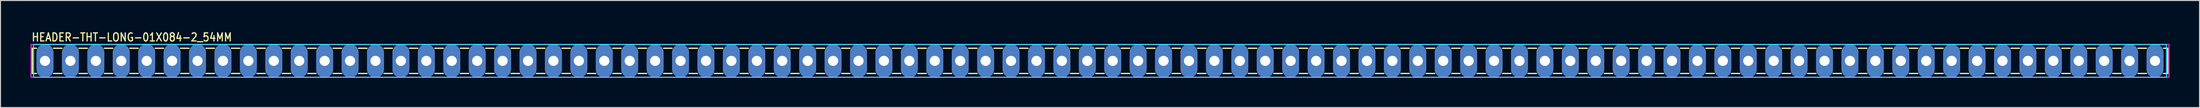
<source format=kicad_pcb>
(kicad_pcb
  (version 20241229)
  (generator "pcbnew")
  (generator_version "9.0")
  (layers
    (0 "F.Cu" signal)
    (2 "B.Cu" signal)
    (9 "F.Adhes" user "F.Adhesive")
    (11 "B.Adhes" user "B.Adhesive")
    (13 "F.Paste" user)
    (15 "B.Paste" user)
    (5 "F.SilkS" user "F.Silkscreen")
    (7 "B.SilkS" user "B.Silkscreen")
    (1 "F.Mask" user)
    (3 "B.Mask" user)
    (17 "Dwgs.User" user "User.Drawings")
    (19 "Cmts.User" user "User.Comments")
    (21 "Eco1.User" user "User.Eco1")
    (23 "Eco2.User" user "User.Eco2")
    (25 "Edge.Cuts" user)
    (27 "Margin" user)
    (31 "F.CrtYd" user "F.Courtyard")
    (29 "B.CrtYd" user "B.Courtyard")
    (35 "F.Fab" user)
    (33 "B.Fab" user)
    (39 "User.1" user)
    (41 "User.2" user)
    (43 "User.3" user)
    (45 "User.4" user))
  (footprint "HEADER-THT-LONG-01X084-2_54MM"
    (layer "F.Cu")
    (at 1.447 3.079)
    (property "Reference" "HEADER-THT-LONG-01X084-2_54MM" (at -1.4 -1.9 0) (unlocked yes) (layer "F.SilkS") (effects (font (size 0.813 0.695) (thickness 0.122)) (justify left bottom)))
    (fp_line (start -1.27 -1.27) (end -1.27 1.27) (stroke (width 0.127) (type solid)) (layer "F.SilkS"))
    (fp_line (start -1.27 1.27) (end -0.85 1.27) (stroke (width 0.127) (type solid)) (layer "F.SilkS"))
    (fp_line (start -0.85 -1.27) (end -1.27 -1.27) (stroke (width 0.127) (type solid)) (layer "F.SilkS"))
    (fp_line (start 0.85 -1.27) (end 1.69 -1.27) (stroke (width 0.127) (type solid)) (layer "F.SilkS"))
    (fp_line (start 0.85 1.27) (end 1.69 1.27) (stroke (width 0.127) (type solid)) (layer "F.SilkS"))
    (fp_line (start 3.39 -1.27) (end 4.23 -1.27) (stroke (width 0.127) (type solid)) (layer "F.SilkS"))
    (fp_line (start 3.39 1.27) (end 4.23 1.27) (stroke (width 0.127) (type solid)) (layer "F.SilkS"))
    (fp_line (start 5.93 -1.27) (end 6.77 -1.27) (stroke (width 0.127) (type solid)) (layer "F.SilkS"))
    (fp_line (start 5.93 1.27) (end 6.77 1.27) (stroke (width 0.127) (type solid)) (layer "F.SilkS"))
    (fp_line (start 8.47 -1.27) (end 9.31 -1.27) (stroke (width 0.127) (type solid)) (layer "F.SilkS"))
    (fp_line (start 8.47 1.27) (end 9.31 1.27) (stroke (width 0.127) (type solid)) (layer "F.SilkS"))
    (fp_line (start 11.01 -1.27) (end 11.85 -1.27) (stroke (width 0.127) (type solid)) (layer "F.SilkS"))
    (fp_line (start 11.01 1.27) (end 11.85 1.27) (stroke (width 0.127) (type solid)) (layer "F.SilkS"))
    (fp_line (start 13.55 -1.27) (end 14.39 -1.27) (stroke (width 0.127) (type solid)) (layer "F.SilkS"))
    (fp_line (start 13.55 1.27) (end 14.39 1.27) (stroke (width 0.127) (type solid)) (layer "F.SilkS"))
    (fp_line (start 16.09 -1.27) (end 16.93 -1.27) (stroke (width 0.127) (type solid)) (layer "F.SilkS"))
    (fp_line (start 16.09 1.27) (end 16.93 1.27) (stroke (width 0.127) (type solid)) (layer "F.SilkS"))
    (fp_line (start 18.63 -1.27) (end 19.47 -1.27) (stroke (width 0.127) (type solid)) (layer "F.SilkS"))
    (fp_line (start 18.63 1.27) (end 19.47 1.27) (stroke (width 0.127) (type solid)) (layer "F.SilkS"))
    (fp_line (start 21.17 -1.27) (end 22.01 -1.27) (stroke (width 0.127) (type solid)) (layer "F.SilkS"))
    (fp_line (start 21.17 1.27) (end 22.01 1.27) (stroke (width 0.127) (type solid)) (layer "F.SilkS"))
    (fp_line (start 23.71 -1.27) (end 24.55 -1.27) (stroke (width 0.127) (type solid)) (layer "F.SilkS"))
    (fp_line (start 23.71 1.27) (end 24.55 1.27) (stroke (width 0.127) (type solid)) (layer "F.SilkS"))
    (fp_line (start 26.25 -1.27) (end 27.09 -1.27) (stroke (width 0.127) (type solid)) (layer "F.SilkS"))
    (fp_line (start 26.25 1.27) (end 27.09 1.27) (stroke (width 0.127) (type solid)) (layer "F.SilkS"))
    (fp_line (start 28.79 -1.27) (end 29.63 -1.27) (stroke (width 0.127) (type solid)) (layer "F.SilkS"))
    (fp_line (start 28.79 1.27) (end 29.63 1.27) (stroke (width 0.127) (type solid)) (layer "F.SilkS"))
    (fp_line (start 31.33 -1.27) (end 32.17 -1.27) (stroke (width 0.127) (type solid)) (layer "F.SilkS"))
    (fp_line (start 31.33 1.27) (end 32.17 1.27) (stroke (width 0.127) (type solid)) (layer "F.SilkS"))
    (fp_line (start 33.87 -1.27) (end 34.71 -1.27) (stroke (width 0.127) (type solid)) (layer "F.SilkS"))
    (fp_line (start 33.87 1.27) (end 34.71 1.27) (stroke (width 0.127) (type solid)) (layer "F.SilkS"))
    (fp_line (start 36.41 -1.27) (end 37.25 -1.27) (stroke (width 0.127) (type solid)) (layer "F.SilkS"))
    (fp_line (start 36.41 1.27) (end 37.25 1.27) (stroke (width 0.127) (type solid)) (layer "F.SilkS"))
    (fp_line (start 38.95 -1.27) (end 39.79 -1.27) (stroke (width 0.127) (type solid)) (layer "F.SilkS"))
    (fp_line (start 38.95 1.27) (end 39.79 1.27) (stroke (width 0.127) (type solid)) (layer "F.SilkS"))
    (fp_line (start 41.49 -1.27) (end 42.33 -1.27) (stroke (width 0.127) (type solid)) (layer "F.SilkS"))
    (fp_line (start 41.49 1.27) (end 42.33 1.27) (stroke (width 0.127) (type solid)) (layer "F.SilkS"))
    (fp_line (start 44.03 -1.27) (end 44.87 -1.27) (stroke (width 0.127) (type solid)) (layer "F.SilkS"))
    (fp_line (start 44.03 1.27) (end 44.87 1.27) (stroke (width 0.127) (type solid)) (layer "F.SilkS"))
    (fp_line (start 46.57 -1.27) (end 47.41 -1.27) (stroke (width 0.127) (type solid)) (layer "F.SilkS"))
    (fp_line (start 46.57 1.27) (end 47.41 1.27) (stroke (width 0.127) (type solid)) (layer "F.SilkS"))
    (fp_line (start 49.11 -1.27) (end 49.95 -1.27) (stroke (width 0.127) (type solid)) (layer "F.SilkS"))
    (fp_line (start 49.11 1.27) (end 49.95 1.27) (stroke (width 0.127) (type solid)) (layer "F.SilkS"))
    (fp_line (start 51.65 -1.27) (end 52.49 -1.27) (stroke (width 0.127) (type solid)) (layer "F.SilkS"))
    (fp_line (start 51.65 1.27) (end 52.49 1.27) (stroke (width 0.127) (type solid)) (layer "F.SilkS"))
    (fp_line (start 54.19 -1.27) (end 55.03 -1.27) (stroke (width 0.127) (type solid)) (layer "F.SilkS"))
    (fp_line (start 54.19 1.27) (end 55.03 1.27) (stroke (width 0.127) (type solid)) (layer "F.SilkS"))
    (fp_line (start 56.73 -1.27) (end 57.57 -1.27) (stroke (width 0.127) (type solid)) (layer "F.SilkS"))
    (fp_line (start 56.73 1.27) (end 57.57 1.27) (stroke (width 0.127) (type solid)) (layer "F.SilkS"))
    (fp_line (start 59.27 -1.27) (end 60.11 -1.27) (stroke (width 0.127) (type solid)) (layer "F.SilkS"))
    (fp_line (start 59.27 1.27) (end 60.11 1.27) (stroke (width 0.127) (type solid)) (layer "F.SilkS"))
    (fp_line (start 61.81 -1.27) (end 62.65 -1.27) (stroke (width 0.127) (type solid)) (layer "F.SilkS"))
    (fp_line (start 61.81 1.27) (end 62.65 1.27) (stroke (width 0.127) (type solid)) (layer "F.SilkS"))
    (fp_line (start 64.35 -1.27) (end 65.19 -1.27) (stroke (width 0.127) (type solid)) (layer "F.SilkS"))
    (fp_line (start 64.35 1.27) (end 65.19 1.27) (stroke (width 0.127) (type solid)) (layer "F.SilkS"))
    (fp_line (start 66.89 -1.27) (end 67.73 -1.27) (stroke (width 0.127) (type solid)) (layer "F.SilkS"))
    (fp_line (start 66.89 1.27) (end 67.73 1.27) (stroke (width 0.127) (type solid)) (layer "F.SilkS"))
    (fp_line (start 69.43 -1.27) (end 70.27 -1.27) (stroke (width 0.127) (type solid)) (layer "F.SilkS"))
    (fp_line (start 69.43 1.27) (end 70.27 1.27) (stroke (width 0.127) (type solid)) (layer "F.SilkS"))
    (fp_line (start 71.97 -1.27) (end 72.81 -1.27) (stroke (width 0.127) (type solid)) (layer "F.SilkS"))
    (fp_line (start 71.97 1.27) (end 72.81 1.27) (stroke (width 0.127) (type solid)) (layer "F.SilkS"))
    (fp_line (start 74.51 -1.27) (end 75.35 -1.27) (stroke (width 0.127) (type solid)) (layer "F.SilkS"))
    (fp_line (start 74.51 1.27) (end 75.35 1.27) (stroke (width 0.127) (type solid)) (layer "F.SilkS"))
    (fp_line (start 77.05 -1.27) (end 77.89 -1.27) (stroke (width 0.127) (type solid)) (layer "F.SilkS"))
    (fp_line (start 77.05 1.27) (end 77.89 1.27) (stroke (width 0.127) (type solid)) (layer "F.SilkS"))
    (fp_line (start 79.59 -1.27) (end 80.43 -1.27) (stroke (width 0.127) (type solid)) (layer "F.SilkS"))
    (fp_line (start 79.59 1.27) (end 80.43 1.27) (stroke (width 0.127) (type solid)) (layer "F.SilkS"))
    (fp_line (start 82.13 -1.27) (end 82.97 -1.27) (stroke (width 0.127) (type solid)) (layer "F.SilkS"))
    (fp_line (start 82.13 1.27) (end 82.97 1.27) (stroke (width 0.127) (type solid)) (layer "F.SilkS"))
    (fp_line (start 84.67 -1.27) (end 85.51 -1.27) (stroke (width 0.127) (type solid)) (layer "F.SilkS"))
    (fp_line (start 84.67 1.27) (end 85.51 1.27) (stroke (width 0.127) (type solid)) (layer "F.SilkS"))
    (fp_line (start 87.21 -1.27) (end 88.05 -1.27) (stroke (width 0.127) (type solid)) (layer "F.SilkS"))
    (fp_line (start 87.21 1.27) (end 88.05 1.27) (stroke (width 0.127) (type solid)) (layer "F.SilkS"))
    (fp_line (start 89.75 -1.27) (end 90.59 -1.27) (stroke (width 0.127) (type solid)) (layer "F.SilkS"))
    (fp_line (start 89.75 1.27) (end 90.59 1.27) (stroke (width 0.127) (type solid)) (layer "F.SilkS"))
    (fp_line (start 92.29 -1.27) (end 93.13 -1.27) (stroke (width 0.127) (type solid)) (layer "F.SilkS"))
    (fp_line (start 92.29 1.27) (end 93.13 1.27) (stroke (width 0.127) (type solid)) (layer "F.SilkS"))
    (fp_line (start 94.83 -1.27) (end 95.67 -1.27) (stroke (width 0.127) (type solid)) (layer "F.SilkS"))
    (fp_line (start 94.83 1.27) (end 95.67 1.27) (stroke (width 0.127) (type solid)) (layer "F.SilkS"))
    (fp_line (start 97.37 -1.27) (end 98.21 -1.27) (stroke (width 0.127) (type solid)) (layer "F.SilkS"))
    (fp_line (start 97.37 1.27) (end 98.21 1.27) (stroke (width 0.127) (type solid)) (layer "F.SilkS"))
    (fp_line (start 99.91 -1.27) (end 100.75 -1.27) (stroke (width 0.127) (type solid)) (layer "F.SilkS"))
    (fp_line (start 99.91 1.27) (end 100.75 1.27) (stroke (width 0.127) (type solid)) (layer "F.SilkS"))
    (fp_line (start 102.45 -1.27) (end 103.29 -1.27) (stroke (width 0.127) (type solid)) (layer "F.SilkS"))
    (fp_line (start 102.45 1.27) (end 103.29 1.27) (stroke (width 0.127) (type solid)) (layer "F.SilkS"))
    (fp_line (start 104.99 -1.27) (end 105.83 -1.27) (stroke (width 0.127) (type solid)) (layer "F.SilkS"))
    (fp_line (start 104.99 1.27) (end 105.83 1.27) (stroke (width 0.127) (type solid)) (layer "F.SilkS"))
    (fp_line (start 107.53 -1.27) (end 108.37 -1.27) (stroke (width 0.127) (type solid)) (layer "F.SilkS"))
    (fp_line (start 107.53 1.27) (end 108.37 1.27) (stroke (width 0.127) (type solid)) (layer "F.SilkS"))
    (fp_line (start 110.07 -1.27) (end 110.91 -1.27) (stroke (width 0.127) (type solid)) (layer "F.SilkS"))
    (fp_line (start 110.07 1.27) (end 110.91 1.27) (stroke (width 0.127) (type solid)) (layer "F.SilkS"))
    (fp_line (start 112.61 -1.27) (end 113.45 -1.27) (stroke (width 0.127) (type solid)) (layer "F.SilkS"))
    (fp_line (start 112.61 1.27) (end 113.45 1.27) (stroke (width 0.127) (type solid)) (layer "F.SilkS"))
    (fp_line (start 115.15 -1.27) (end 115.99 -1.27) (stroke (width 0.127) (type solid)) (layer "F.SilkS"))
    (fp_line (start 115.15 1.27) (end 115.99 1.27) (stroke (width 0.127) (type solid)) (layer "F.SilkS"))
    (fp_line (start 117.69 -1.27) (end 118.53 -1.27) (stroke (width 0.127) (type solid)) (layer "F.SilkS"))
    (fp_line (start 117.69 1.27) (end 118.53 1.27) (stroke (width 0.127) (type solid)) (layer "F.SilkS"))
    (fp_line (start 120.23 -1.27) (end 121.07 -1.27) (stroke (width 0.127) (type solid)) (layer "F.SilkS"))
    (fp_line (start 120.23 1.27) (end 121.07 1.27) (stroke (width 0.127) (type solid)) (layer "F.SilkS"))
    (fp_line (start 122.77 -1.27) (end 123.61 -1.27) (stroke (width 0.127) (type solid)) (layer "F.SilkS"))
    (fp_line (start 122.77 1.27) (end 123.61 1.27) (stroke (width 0.127) (type solid)) (layer "F.SilkS"))
    (fp_line (start 125.31 -1.27) (end 126.15 -1.27) (stroke (width 0.127) (type solid)) (layer "F.SilkS"))
    (fp_line (start 125.31 1.27) (end 126.15 1.27) (stroke (width 0.127) (type solid)) (layer "F.SilkS"))
    (fp_line (start 127.85 -1.27) (end 128.69 -1.27) (stroke (width 0.127) (type solid)) (layer "F.SilkS"))
    (fp_line (start 127.85 1.27) (end 128.69 1.27) (stroke (width 0.127) (type solid)) (layer "F.SilkS"))
    (fp_line (start 130.39 -1.27) (end 131.23 -1.27) (stroke (width 0.127) (type solid)) (layer "F.SilkS"))
    (fp_line (start 130.39 1.27) (end 131.23 1.27) (stroke (width 0.127) (type solid)) (layer "F.SilkS"))
    (fp_line (start 132.93 -1.27) (end 133.77 -1.27) (stroke (width 0.127) (type solid)) (layer "F.SilkS"))
    (fp_line (start 132.93 1.27) (end 133.77 1.27) (stroke (width 0.127) (type solid)) (layer "F.SilkS"))
    (fp_line (start 135.47 -1.27) (end 136.31 -1.27) (stroke (width 0.127) (type solid)) (layer "F.SilkS"))
    (fp_line (start 135.47 1.27) (end 136.31 1.27) (stroke (width 0.127) (type solid)) (layer "F.SilkS"))
    (fp_line (start 138.01 -1.27) (end 138.85 -1.27) (stroke (width 0.127) (type solid)) (layer "F.SilkS"))
    (fp_line (start 138.01 1.27) (end 138.85 1.27) (stroke (width 0.127) (type solid)) (layer "F.SilkS"))
    (fp_line (start 140.55 -1.27) (end 141.39 -1.27) (stroke (width 0.127) (type solid)) (layer "F.SilkS"))
    (fp_line (start 140.55 1.27) (end 141.39 1.27) (stroke (width 0.127) (type solid)) (layer "F.SilkS"))
    (fp_line (start 143.09 -1.27) (end 143.93 -1.27) (stroke (width 0.127) (type solid)) (layer "F.SilkS"))
    (fp_line (start 143.09 1.27) (end 143.93 1.27) (stroke (width 0.127) (type solid)) (layer "F.SilkS"))
    (fp_line (start 145.63 -1.27) (end 146.47 -1.27) (stroke (width 0.127) (type solid)) (layer "F.SilkS"))
    (fp_line (start 145.63 1.27) (end 146.47 1.27) (stroke (width 0.127) (type solid)) (layer "F.SilkS"))
    (fp_line (start 148.17 -1.27) (end 149.01 -1.27) (stroke (width 0.127) (type solid)) (layer "F.SilkS"))
    (fp_line (start 148.17 1.27) (end 149.01 1.27) (stroke (width 0.127) (type solid)) (layer "F.SilkS"))
    (fp_line (start 150.71 -1.27) (end 151.55 -1.27) (stroke (width 0.127) (type solid)) (layer "F.SilkS"))
    (fp_line (start 150.71 1.27) (end 151.55 1.27) (stroke (width 0.127) (type solid)) (layer "F.SilkS"))
    (fp_line (start 153.25 -1.27) (end 154.09 -1.27) (stroke (width 0.127) (type solid)) (layer "F.SilkS"))
    (fp_line (start 153.25 1.27) (end 154.09 1.27) (stroke (width 0.127) (type solid)) (layer "F.SilkS"))
    (fp_line (start 155.79 -1.27) (end 156.63 -1.27) (stroke (width 0.127) (type solid)) (layer "F.SilkS"))
    (fp_line (start 155.79 1.27) (end 156.63 1.27) (stroke (width 0.127) (type solid)) (layer "F.SilkS"))
    (fp_line (start 158.33 -1.27) (end 159.17 -1.27) (stroke (width 0.127) (type solid)) (layer "F.SilkS"))
    (fp_line (start 158.33 1.27) (end 159.17 1.27) (stroke (width 0.127) (type solid)) (layer "F.SilkS"))
    (fp_line (start 160.87 -1.27) (end 161.71 -1.27) (stroke (width 0.127) (type solid)) (layer "F.SilkS"))
    (fp_line (start 160.87 1.27) (end 161.71 1.27) (stroke (width 0.127) (type solid)) (layer "F.SilkS"))
    (fp_line (start 163.41 -1.27) (end 164.25 -1.27) (stroke (width 0.127) (type solid)) (layer "F.SilkS"))
    (fp_line (start 163.41 1.27) (end 164.25 1.27) (stroke (width 0.127) (type solid)) (layer "F.SilkS"))
    (fp_line (start 165.95 -1.27) (end 166.79 -1.27) (stroke (width 0.127) (type solid)) (layer "F.SilkS"))
    (fp_line (start 165.95 1.27) (end 166.79 1.27) (stroke (width 0.127) (type solid)) (layer "F.SilkS"))
    (fp_line (start 168.49 -1.27) (end 169.33 -1.27) (stroke (width 0.127) (type solid)) (layer "F.SilkS"))
    (fp_line (start 168.49 1.27) (end 169.33 1.27) (stroke (width 0.127) (type solid)) (layer "F.SilkS"))
    (fp_line (start 171.03 -1.27) (end 171.87 -1.27) (stroke (width 0.127) (type solid)) (layer "F.SilkS"))
    (fp_line (start 171.03 1.27) (end 171.87 1.27) (stroke (width 0.127) (type solid)) (layer "F.SilkS"))
    (fp_line (start 173.57 -1.27) (end 174.41 -1.27) (stroke (width 0.127) (type solid)) (layer "F.SilkS"))
    (fp_line (start 173.57 1.27) (end 174.41 1.27) (stroke (width 0.127) (type solid)) (layer "F.SilkS"))
    (fp_line (start 176.11 -1.27) (end 176.95 -1.27) (stroke (width 0.127) (type solid)) (layer "F.SilkS"))
    (fp_line (start 176.11 1.27) (end 176.95 1.27) (stroke (width 0.127) (type solid)) (layer "F.SilkS"))
    (fp_line (start 178.65 -1.27) (end 179.49 -1.27) (stroke (width 0.127) (type solid)) (layer "F.SilkS"))
    (fp_line (start 178.65 1.27) (end 179.49 1.27) (stroke (width 0.127) (type solid)) (layer "F.SilkS"))
    (fp_line (start 181.19 -1.27) (end 182.03 -1.27) (stroke (width 0.127) (type solid)) (layer "F.SilkS"))
    (fp_line (start 181.19 1.27) (end 182.03 1.27) (stroke (width 0.127) (type solid)) (layer "F.SilkS"))
    (fp_line (start 183.73 -1.27) (end 184.57 -1.27) (stroke (width 0.127) (type solid)) (layer "F.SilkS"))
    (fp_line (start 183.73 1.27) (end 184.57 1.27) (stroke (width 0.127) (type solid)) (layer "F.SilkS"))
    (fp_line (start 186.27 -1.27) (end 187.11 -1.27) (stroke (width 0.127) (type solid)) (layer "F.SilkS"))
    (fp_line (start 186.27 1.27) (end 187.11 1.27) (stroke (width 0.127) (type solid)) (layer "F.SilkS"))
    (fp_line (start 188.81 -1.27) (end 189.65 -1.27) (stroke (width 0.127) (type solid)) (layer "F.SilkS"))
    (fp_line (start 188.81 1.27) (end 189.65 1.27) (stroke (width 0.127) (type solid)) (layer "F.SilkS"))
    (fp_line (start 191.35 -1.27) (end 192.19 -1.27) (stroke (width 0.127) (type solid)) (layer "F.SilkS"))
    (fp_line (start 191.35 1.27) (end 192.19 1.27) (stroke (width 0.127) (type solid)) (layer "F.SilkS"))
    (fp_line (start 193.89 -1.27) (end 194.73 -1.27) (stroke (width 0.127) (type solid)) (layer "F.SilkS"))
    (fp_line (start 193.89 1.27) (end 194.73 1.27) (stroke (width 0.127) (type solid)) (layer "F.SilkS"))
    (fp_line (start 196.43 -1.27) (end 197.27 -1.27) (stroke (width 0.127) (type solid)) (layer "F.SilkS"))
    (fp_line (start 196.43 1.27) (end 197.27 1.27) (stroke (width 0.127) (type solid)) (layer "F.SilkS"))
    (fp_line (start 198.97 -1.27) (end 199.81 -1.27) (stroke (width 0.127) (type solid)) (layer "F.SilkS"))
    (fp_line (start 198.97 1.27) (end 199.81 1.27) (stroke (width 0.127) (type solid)) (layer "F.SilkS"))
    (fp_line (start 201.51 -1.27) (end 202.35 -1.27) (stroke (width 0.127) (type solid)) (layer "F.SilkS"))
    (fp_line (start 201.51 1.27) (end 202.35 1.27) (stroke (width 0.127) (type solid)) (layer "F.SilkS"))
    (fp_line (start 204.05 -1.27) (end 204.89 -1.27) (stroke (width 0.127) (type solid)) (layer "F.SilkS"))
    (fp_line (start 204.05 1.27) (end 204.89 1.27) (stroke (width 0.127) (type solid)) (layer "F.SilkS"))
    (fp_line (start 206.59 -1.27) (end 207.43 -1.27) (stroke (width 0.127) (type solid)) (layer "F.SilkS"))
    (fp_line (start 206.59 1.27) (end 207.43 1.27) (stroke (width 0.127) (type solid)) (layer "F.SilkS"))
    (fp_line (start 209.13 -1.27) (end 209.97 -1.27) (stroke (width 0.127) (type solid)) (layer "F.SilkS"))
    (fp_line (start 209.13 1.27) (end 209.97 1.27) (stroke (width 0.127) (type solid)) (layer "F.SilkS"))
    (fp_line (start 211.67 -1.27) (end 212.09 -1.27) (stroke (width 0.127) (type solid)) (layer "F.SilkS"))
    (fp_line (start 212.09 -1.27) (end 212.09 1.27) (stroke (width 0.127) (type solid)) (layer "F.SilkS"))
    (fp_line (start 212.09 1.27) (end 211.67 1.27) (stroke (width 0.127) (type solid)) (layer "F.SilkS"))
    (fp_poly (pts (xy -1.143 -1.651) (xy 211.963 -1.651) (xy 211.963 1.651) (xy -1.143 1.651)) (stroke (width 0.1) (type solid)) (fill no) (layer "B.CrtYd"))
    (fp_poly (pts (xy -1.397 -1.651) (xy 212.217 -1.651) (xy 212.217 1.651) (xy -1.397 1.651)) (stroke (width 0.1) (type solid)) (fill no) (layer "F.CrtYd"))
    (pad "P$1" thru_hole oval (at 0 0 90) (size 3.387 1.693) (drill 1.016) (layers "*.Cu" "*.Mask"))
    (pad "P$2" thru_hole oval (at 2.54 0 90) (size 3.387 1.693) (drill 1.016) (layers "*.Cu" "*.Mask"))
    (pad "P$3" thru_hole oval (at 5.08 0 90) (size 3.387 1.693) (drill 1.016) (layers "*.Cu" "*.Mask"))
    (pad "P$4" thru_hole oval (at 7.62 0 90) (size 3.387 1.693) (drill 1.016) (layers "*.Cu" "*.Mask"))
    (pad "P$5" thru_hole oval (at 10.16 0 90) (size 3.387 1.693) (drill 1.016) (layers "*.Cu" "*.Mask"))
    (pad "P$6" thru_hole oval (at 12.7 0 90) (size 3.387 1.693) (drill 1.016) (layers "*.Cu" "*.Mask"))
    (pad "P$7" thru_hole oval (at 15.24 0 90) (size 3.387 1.693) (drill 1.016) (layers "*.Cu" "*.Mask"))
    (pad "P$8" thru_hole oval (at 17.78 0 90) (size 3.387 1.693) (drill 1.016) (layers "*.Cu" "*.Mask"))
    (pad "P$9" thru_hole oval (at 20.32 0 90) (size 3.387 1.693) (drill 1.016) (layers "*.Cu" "*.Mask"))
    (pad "P$10" thru_hole oval (at 22.86 0 90) (size 3.387 1.693) (drill 1.016) (layers "*.Cu" "*.Mask"))
    (pad "P$11" thru_hole oval (at 25.4 0 90) (size 3.387 1.693) (drill 1.016) (layers "*.Cu" "*.Mask"))
    (pad "P$12" thru_hole oval (at 27.94 0 90) (size 3.387 1.693) (drill 1.016) (layers "*.Cu" "*.Mask"))
    (pad "P$13" thru_hole oval (at 30.48 0 90) (size 3.387 1.693) (drill 1.016) (layers "*.Cu" "*.Mask"))
    (pad "P$14" thru_hole oval (at 33.02 0 90) (size 3.387 1.693) (drill 1.016) (layers "*.Cu" "*.Mask"))
    (pad "P$15" thru_hole oval (at 35.56 0 90) (size 3.387 1.693) (drill 1.016) (layers "*.Cu" "*.Mask"))
    (pad "P$16" thru_hole oval (at 38.1 0 90) (size 3.387 1.693) (drill 1.016) (layers "*.Cu" "*.Mask"))
    (pad "P$17" thru_hole oval (at 40.64 0 90) (size 3.387 1.693) (drill 1.016) (layers "*.Cu" "*.Mask"))
    (pad "P$18" thru_hole oval (at 43.18 0 90) (size 3.387 1.693) (drill 1.016) (layers "*.Cu" "*.Mask"))
    (pad "P$19" thru_hole oval (at 45.72 0 90) (size 3.387 1.693) (drill 1.016) (layers "*.Cu" "*.Mask"))
    (pad "P$20" thru_hole oval (at 48.26 0 90) (size 3.387 1.693) (drill 1.016) (layers "*.Cu" "*.Mask"))
    (pad "P$21" thru_hole oval (at 50.8 0 90) (size 3.387 1.693) (drill 1.016) (layers "*.Cu" "*.Mask"))
    (pad "P$22" thru_hole oval (at 53.34 0 90) (size 3.387 1.693) (drill 1.016) (layers "*.Cu" "*.Mask"))
    (pad "P$23" thru_hole oval (at 55.88 0 90) (size 3.387 1.693) (drill 1.016) (layers "*.Cu" "*.Mask"))
    (pad "P$24" thru_hole oval (at 58.42 0 90) (size 3.387 1.693) (drill 1.016) (layers "*.Cu" "*.Mask"))
    (pad "P$25" thru_hole oval (at 60.96 0 90) (size 3.387 1.693) (drill 1.016) (layers "*.Cu" "*.Mask"))
    (pad "P$26" thru_hole oval (at 63.5 0 90) (size 3.387 1.693) (drill 1.016) (layers "*.Cu" "*.Mask"))
    (pad "P$27" thru_hole oval (at 66.04 0 90) (size 3.387 1.693) (drill 1.016) (layers "*.Cu" "*.Mask"))
    (pad "P$28" thru_hole oval (at 68.58 0 90) (size 3.387 1.693) (drill 1.016) (layers "*.Cu" "*.Mask"))
    (pad "P$29" thru_hole oval (at 71.12 0 90) (size 3.387 1.693) (drill 1.016) (layers "*.Cu" "*.Mask"))
    (pad "P$30" thru_hole oval (at 73.66 0 90) (size 3.387 1.693) (drill 1.016) (layers "*.Cu" "*.Mask"))
    (pad "P$31" thru_hole oval (at 76.2 0 90) (size 3.387 1.693) (drill 1.016) (layers "*.Cu" "*.Mask"))
    (pad "P$32" thru_hole oval (at 78.74 0 90) (size 3.387 1.693) (drill 1.016) (layers "*.Cu" "*.Mask"))
    (pad "P$33" thru_hole oval (at 81.28 0 90) (size 3.387 1.693) (drill 1.016) (layers "*.Cu" "*.Mask"))
    (pad "P$34" thru_hole oval (at 83.82 0 90) (size 3.387 1.693) (drill 1.016) (layers "*.Cu" "*.Mask"))
    (pad "P$35" thru_hole oval (at 86.36 0 90) (size 3.387 1.693) (drill 1.016) (layers "*.Cu" "*.Mask"))
    (pad "P$36" thru_hole oval (at 88.9 0 90) (size 3.387 1.693) (drill 1.016) (layers "*.Cu" "*.Mask"))
    (pad "P$37" thru_hole oval (at 91.44 0 90) (size 3.387 1.693) (drill 1.016) (layers "*.Cu" "*.Mask"))
    (pad "P$38" thru_hole oval (at 93.98 0 90) (size 3.387 1.693) (drill 1.016) (layers "*.Cu" "*.Mask"))
    (pad "P$39" thru_hole oval (at 96.52 0 90) (size 3.387 1.693) (drill 1.016) (layers "*.Cu" "*.Mask"))
    (pad "P$40" thru_hole oval (at 99.06 0 90) (size 3.387 1.693) (drill 1.016) (layers "*.Cu" "*.Mask"))
    (pad "P$41" thru_hole oval (at 101.6 0 90) (size 3.387 1.693) (drill 1.016) (layers "*.Cu" "*.Mask"))
    (pad "P$42" thru_hole oval (at 104.14 0 90) (size 3.387 1.693) (drill 1.016) (layers "*.Cu" "*.Mask"))
    (pad "P$43" thru_hole oval (at 106.68 0 90) (size 3.387 1.693) (drill 1.016) (layers "*.Cu" "*.Mask"))
    (pad "P$44" thru_hole oval (at 109.22 0 90) (size 3.387 1.693) (drill 1.016) (layers "*.Cu" "*.Mask"))
    (pad "P$45" thru_hole oval (at 111.76 0 90) (size 3.387 1.693) (drill 1.016) (layers "*.Cu" "*.Mask"))
    (pad "P$46" thru_hole oval (at 114.3 0 90) (size 3.387 1.693) (drill 1.016) (layers "*.Cu" "*.Mask"))
    (pad "P$47" thru_hole oval (at 116.84 0 90) (size 3.387 1.693) (drill 1.016) (layers "*.Cu" "*.Mask"))
    (pad "P$48" thru_hole oval (at 119.38 0 90) (size 3.387 1.693) (drill 1.016) (layers "*.Cu" "*.Mask"))
    (pad "P$49" thru_hole oval (at 121.92 0 90) (size 3.387 1.693) (drill 1.016) (layers "*.Cu" "*.Mask"))
    (pad "P$50" thru_hole oval (at 124.46 0 90) (size 3.387 1.693) (drill 1.016) (layers "*.Cu" "*.Mask"))
    (pad "P$51" thru_hole oval (at 127 0 90) (size 3.387 1.693) (drill 1.016) (layers "*.Cu" "*.Mask"))
    (pad "P$52" thru_hole oval (at 129.54 0 90) (size 3.387 1.693) (drill 1.016) (layers "*.Cu" "*.Mask"))
    (pad "P$53" thru_hole oval (at 132.08 0 90) (size 3.387 1.693) (drill 1.016) (layers "*.Cu" "*.Mask"))
    (pad "P$54" thru_hole oval (at 134.62 0 90) (size 3.387 1.693) (drill 1.016) (layers "*.Cu" "*.Mask"))
    (pad "P$55" thru_hole oval (at 137.16 0 90) (size 3.387 1.693) (drill 1.016) (layers "*.Cu" "*.Mask"))
    (pad "P$56" thru_hole oval (at 139.7 0 90) (size 3.387 1.693) (drill 1.016) (layers "*.Cu" "*.Mask"))
    (pad "P$57" thru_hole oval (at 142.24 0 90) (size 3.387 1.693) (drill 1.016) (layers "*.Cu" "*.Mask"))
    (pad "P$58" thru_hole oval (at 144.78 0 90) (size 3.387 1.693) (drill 1.016) (layers "*.Cu" "*.Mask"))
    (pad "P$59" thru_hole oval (at 147.32 0 90) (size 3.387 1.693) (drill 1.016) (layers "*.Cu" "*.Mask"))
    (pad "P$60" thru_hole oval (at 149.86 0 90) (size 3.387 1.693) (drill 1.016) (layers "*.Cu" "*.Mask"))
    (pad "P$61" thru_hole oval (at 152.4 0 90) (size 3.387 1.693) (drill 1.016) (layers "*.Cu" "*.Mask"))
    (pad "P$62" thru_hole oval (at 154.94 0 90) (size 3.387 1.693) (drill 1.016) (layers "*.Cu" "*.Mask"))
    (pad "P$63" thru_hole oval (at 157.48 0 90) (size 3.387 1.693) (drill 1.016) (layers "*.Cu" "*.Mask"))
    (pad "P$64" thru_hole oval (at 160.02 0 90) (size 3.387 1.693) (drill 1.016) (layers "*.Cu" "*.Mask"))
    (pad "P$65" thru_hole oval (at 162.56 0 90) (size 3.387 1.693) (drill 1.016) (layers "*.Cu" "*.Mask"))
    (pad "P$66" thru_hole oval (at 165.1 0 90) (size 3.387 1.693) (drill 1.016) (layers "*.Cu" "*.Mask"))
    (pad "P$67" thru_hole oval (at 167.64 0 90) (size 3.387 1.693) (drill 1.016) (layers "*.Cu" "*.Mask"))
    (pad "P$68" thru_hole oval (at 170.18 0 90) (size 3.387 1.693) (drill 1.016) (layers "*.Cu" "*.Mask"))
    (pad "P$69" thru_hole oval (at 172.72 0 90) (size 3.387 1.693) (drill 1.016) (layers "*.Cu" "*.Mask"))
    (pad "P$70" thru_hole oval (at 175.26 0 90) (size 3.387 1.693) (drill 1.016) (layers "*.Cu" "*.Mask"))
    (pad "P$71" thru_hole oval (at 177.8 0 90) (size 3.387 1.693) (drill 1.016) (layers "*.Cu" "*.Mask"))
    (pad "P$72" thru_hole oval (at 180.34 0 90) (size 3.387 1.693) (drill 1.016) (layers "*.Cu" "*.Mask"))
    (pad "P$73" thru_hole oval (at 182.88 0 90) (size 3.387 1.693) (drill 1.016) (layers "*.Cu" "*.Mask"))
    (pad "P$74" thru_hole oval (at 185.42 0 90) (size 3.387 1.693) (drill 1.016) (layers "*.Cu" "*.Mask"))
    (pad "P$75" thru_hole oval (at 187.96 0 90) (size 3.387 1.693) (drill 1.016) (layers "*.Cu" "*.Mask"))
    (pad "P$76" thru_hole oval (at 190.5 0 90) (size 3.387 1.693) (drill 1.016) (layers "*.Cu" "*.Mask"))
    (pad "P$77" thru_hole oval (at 193.04 0 90) (size 3.387 1.693) (drill 1.016) (layers "*.Cu" "*.Mask"))
    (pad "P$78" thru_hole oval (at 195.58 0 90) (size 3.387 1.693) (drill 1.016) (layers "*.Cu" "*.Mask"))
    (pad "P$79" thru_hole oval (at 198.12 0 90) (size 3.387 1.693) (drill 1.016) (layers "*.Cu" "*.Mask"))
    (pad "P$80" thru_hole oval (at 200.66 0 90) (size 3.387 1.693) (drill 1.016) (layers "*.Cu" "*.Mask"))
    (pad "P$81" thru_hole oval (at 203.2 0 90) (size 3.387 1.693) (drill 1.016) (layers "*.Cu" "*.Mask"))
    (pad "P$82" thru_hole oval (at 205.74 0 90) (size 3.387 1.693) (drill 1.016) (layers "*.Cu" "*.Mask"))
    (pad "P$83" thru_hole oval (at 208.28 0 90) (size 3.387 1.693) (drill 1.016) (layers "*.Cu" "*.Mask"))
    (pad "P$84" thru_hole oval (at 210.82 0 90) (size 3.387 1.693) (drill 1.016) (layers "*.Cu" "*.Mask")))
  (gr_rect
    (start -3 -3)
    (end 216.714 7.78)
    (stroke (width 0.1) (type default))
    (fill no)
    (layer "Edge.Cuts")))
</source>
